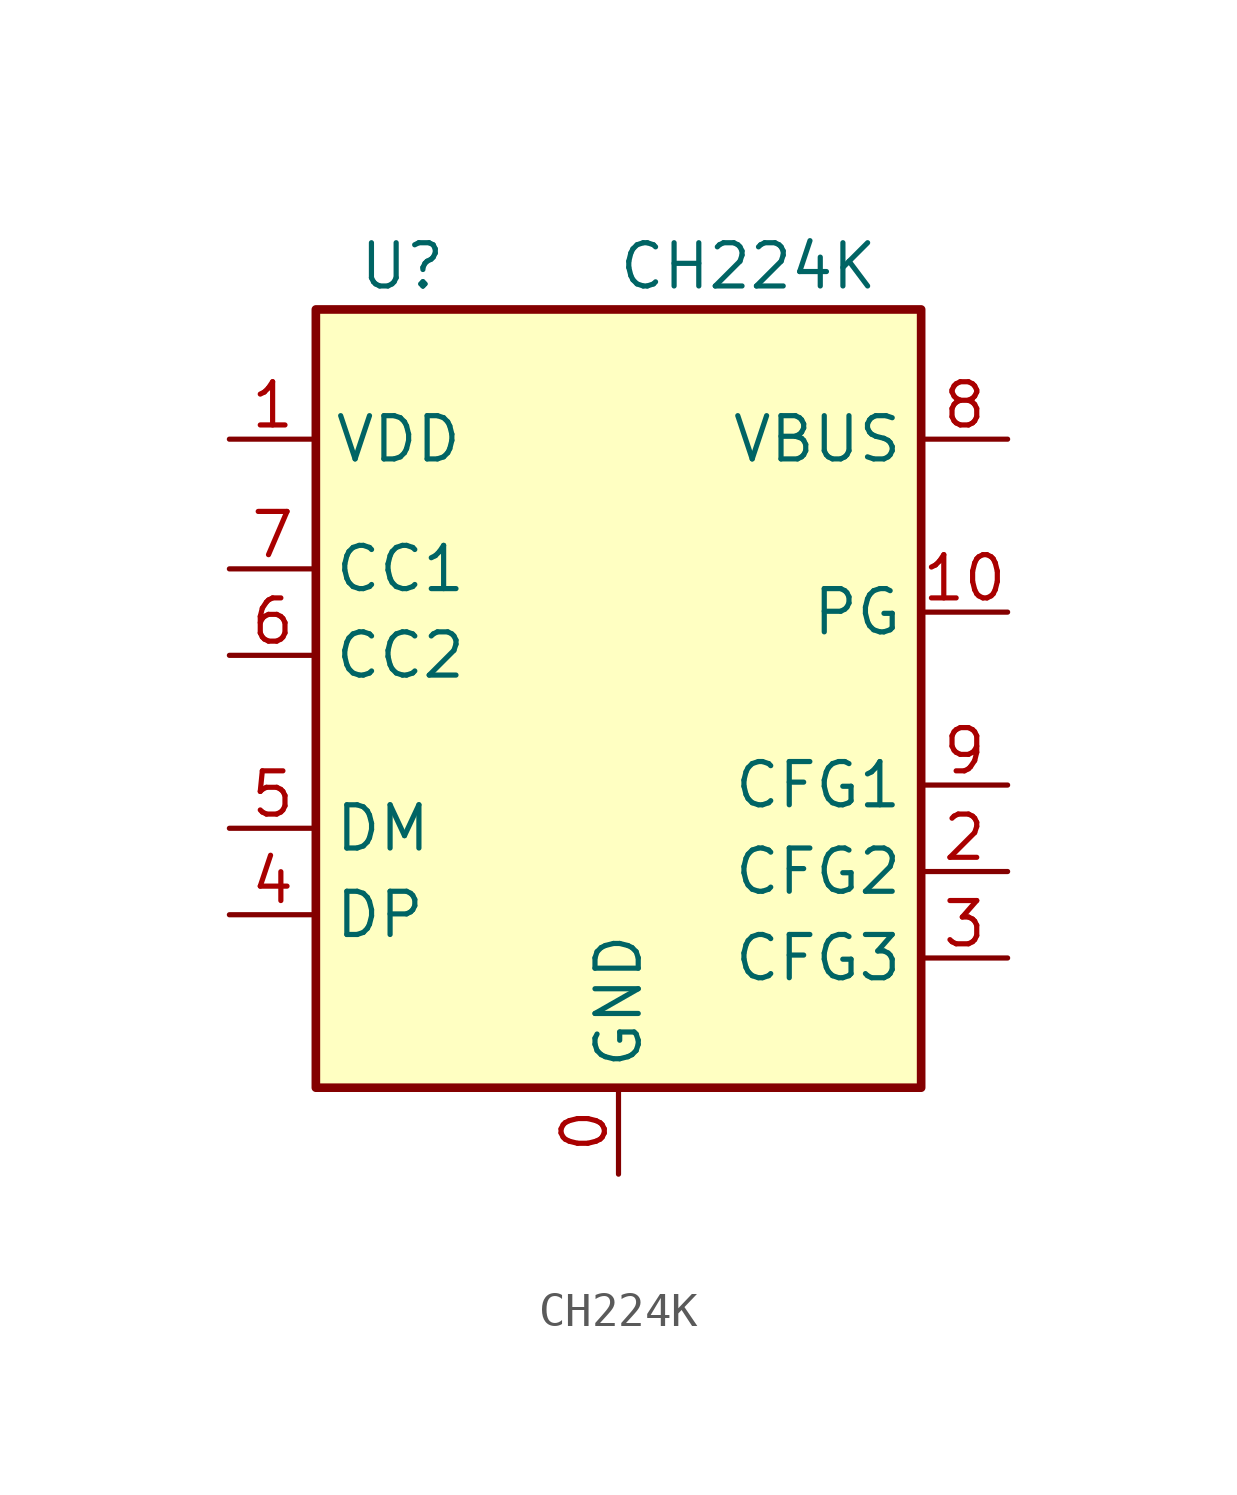
<source format=kicad_sym>
(kicad_symbol_lib
  (version 20220914)
  (generator kicad_symbol_editor)
  (symbol "CH224K"
    (property "Reference" "U"
      (at -6.35 8.89 0)
      (effects (font (size 1.27 1.27))))
    (property "Value" "CH224K"
      (at 3.81 8.89 0)
      (effects (font (size 1.27 1.27))))
    (symbol "CH224K_0_1"
      (rectangle (start -8.89 7.62) (end 8.89 -15.24) (stroke (width 0.254) (type default)) (fill (type background))))
    (symbol "CH224K_1_1"
      (pin power_in line (at 0 -17.78 90) (length 2.54) (name "GND" (effects (font (size 1.27 1.27)))) (number "0" (effects (font (size 1.27 1.27)))))
      (pin power_in line (at -11.43 3.81 0) (length 2.54) (name "VDD" (effects (font (size 1.27 1.27)))) (number "1" (effects (font (size 1.27 1.27)))))
      (pin input line (at 11.43 -1.27 180) (length 2.54) (name "PG" (effects (font (size 1.27 1.27)))) (number "10" (effects (font (size 1.27 1.27)))))
      (pin bidirectional line (at 11.43 -8.89 180) (length 2.54) (name "CFG2" (effects (font (size 1.27 1.27)))) (number "2" (effects (font (size 1.27 1.27)))))
      (pin bidirectional line (at 11.43 -11.43 180) (length 2.54) (name "CFG3" (effects (font (size 1.27 1.27)))) (number "3" (effects (font (size 1.27 1.27)))))
      (pin bidirectional line (at -11.43 -10.16 0) (length 2.54) (name "DP" (effects (font (size 1.27 1.27)))) (number "4" (effects (font (size 1.27 1.27)))))
      (pin bidirectional line (at -11.43 -7.62 0) (length 2.54) (name "DM" (effects (font (size 1.27 1.27)))) (number "5" (effects (font (size 1.27 1.27)))))
      (pin bidirectional line (at -11.43 -2.54 0) (length 2.54) (name "CC2" (effects (font (size 1.27 1.27)))) (number "6" (effects (font (size 1.27 1.27)))))
      (pin bidirectional line (at -11.43 0 0) (length 2.54) (name "CC1" (effects (font (size 1.27 1.27)))) (number "7" (effects (font (size 1.27 1.27)))))
      (pin input line (at 11.43 3.81 180) (length 2.54) (name "VBUS" (effects (font (size 1.27 1.27)))) (number "8" (effects (font (size 1.27 1.27)))))
      (pin bidirectional line (at 11.43 -6.35 180) (length 2.54) (name "CFG1" (effects (font (size 1.27 1.27)))) (number "9" (effects (font (size 1.27 1.27))))))))
</source>
